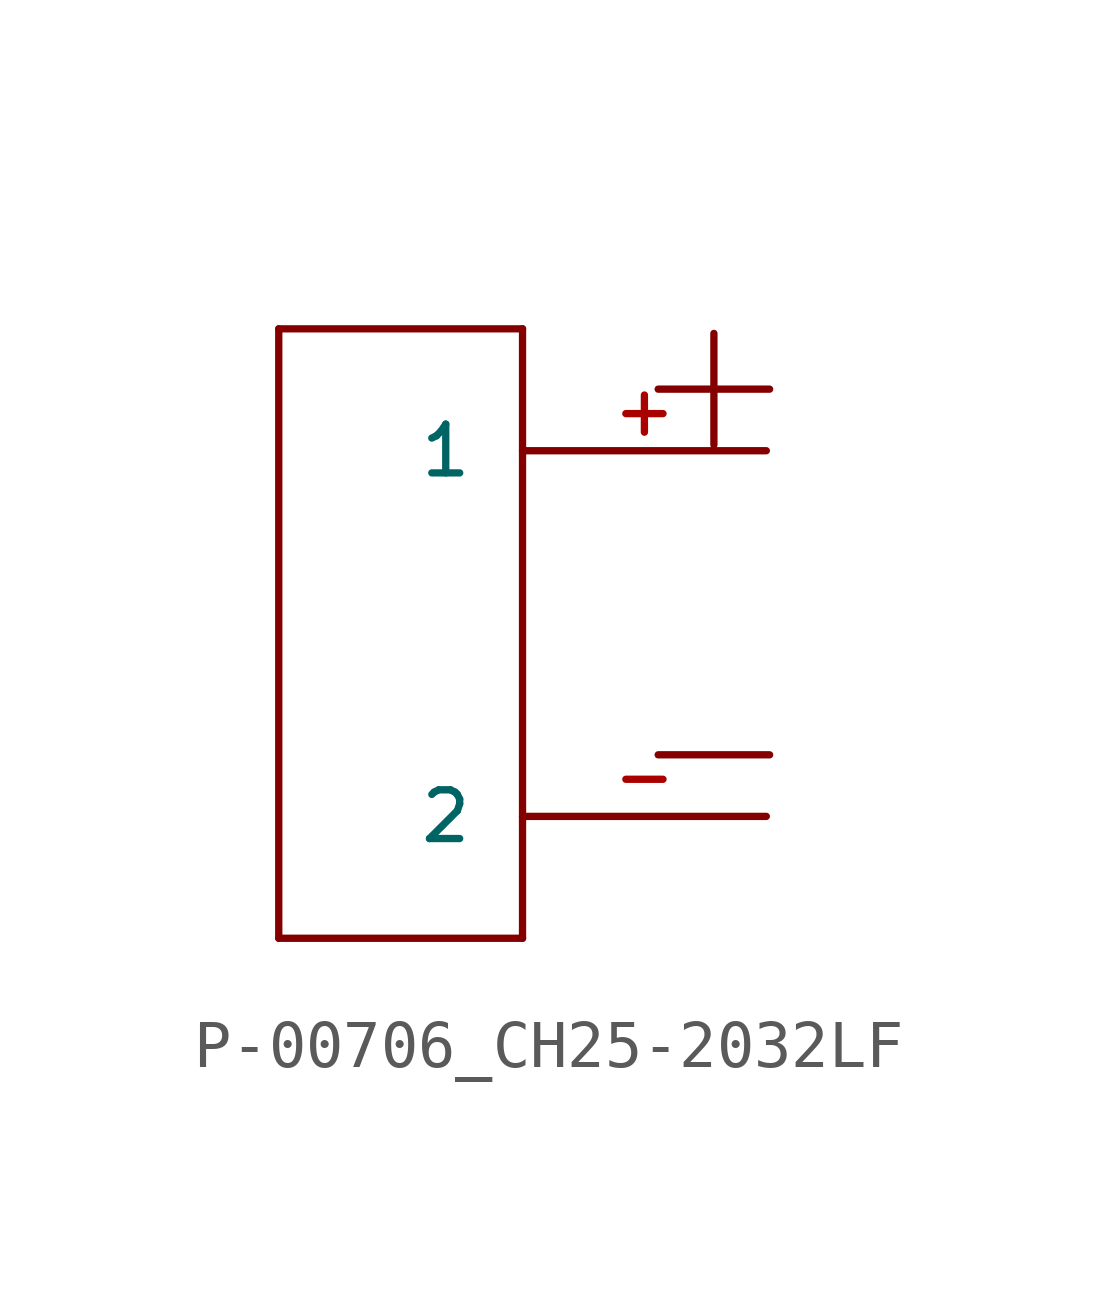
<source format=kicad_sym>
(kicad_symbol_lib
  (version 20211014)
  (generator kicad_symbol_editor)
  (symbol "P-00706_CH25-2032LF"
    (pin_names
      (offset 1.016))
    (property "Reference" "BT"
      (at 0 0 0)
      (effects (font (size 1.143 1.143)) hide))
    (property "ki_locked" ""
      (at 0 0 0)
      (effects (font (size 1.27 1.27))))
    (symbol "P-00706_CH25-2032LF_1_0"
      (polyline (pts (xy -10.16 -7.62) (xy -5.08 -7.62)) (stroke (width 0) (type default) (color 0 0 0 0)) (fill (type none)))
      (polyline (pts (xy -10.16 5.08) (xy -10.16 -7.62)) (stroke (width 0) (type default) (color 0 0 0 0)) (fill (type none)))
      (polyline (pts (xy -5.08 5.08) (xy -10.16 5.08)) (stroke (width 0) (type default) (color 0 0 0 0)) (fill (type none)))
      (polyline (pts (xy -5.08 5.08) (xy -5.08 -7.62)) (stroke (width 0) (type default) (color 0 0 0 0)) (fill (type none)))
      (text "+" (at -1.092 4.064 0) (effects (font (size 3.048 3.048))))
      (text "-" (at -1.092 -3.556 0) (effects (font (size 3.048 3.048)))))
    (symbol "P-00706_CH25-2032LF_1_1"
      (pin bidirectional line (at 0 2.54 180) (length 5.08) (name "1" (effects (font (size 1.016 1.016)))) (number "+" (effects (font (size 1.016 1.016)))))
      (pin bidirectional line (at 0 -5.08 180) (length 5.08) (name "2" (effects (font (size 1.016 1.016)))) (number "-" (effects (font (size 1.016 1.016))))))))
</source>
